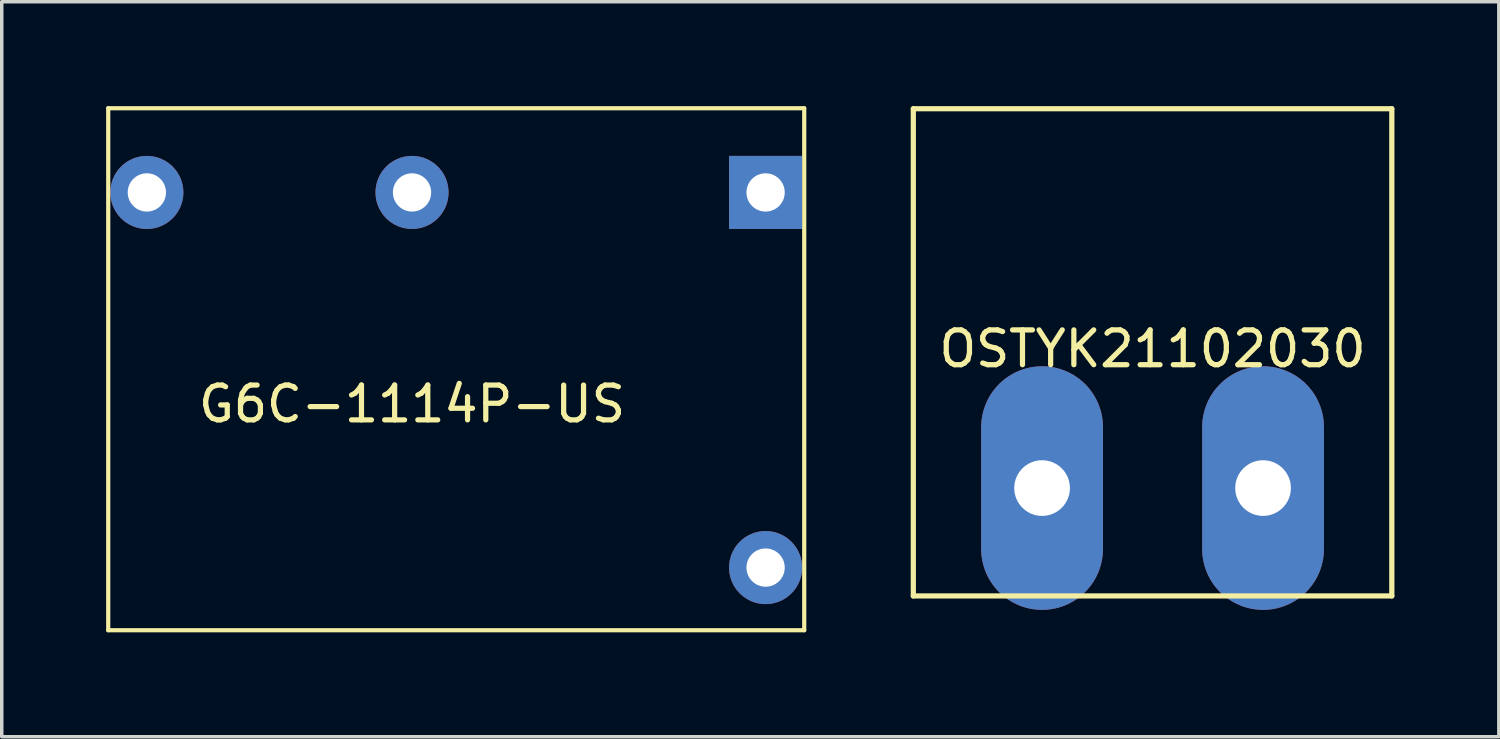
<source format=kicad_pcb>
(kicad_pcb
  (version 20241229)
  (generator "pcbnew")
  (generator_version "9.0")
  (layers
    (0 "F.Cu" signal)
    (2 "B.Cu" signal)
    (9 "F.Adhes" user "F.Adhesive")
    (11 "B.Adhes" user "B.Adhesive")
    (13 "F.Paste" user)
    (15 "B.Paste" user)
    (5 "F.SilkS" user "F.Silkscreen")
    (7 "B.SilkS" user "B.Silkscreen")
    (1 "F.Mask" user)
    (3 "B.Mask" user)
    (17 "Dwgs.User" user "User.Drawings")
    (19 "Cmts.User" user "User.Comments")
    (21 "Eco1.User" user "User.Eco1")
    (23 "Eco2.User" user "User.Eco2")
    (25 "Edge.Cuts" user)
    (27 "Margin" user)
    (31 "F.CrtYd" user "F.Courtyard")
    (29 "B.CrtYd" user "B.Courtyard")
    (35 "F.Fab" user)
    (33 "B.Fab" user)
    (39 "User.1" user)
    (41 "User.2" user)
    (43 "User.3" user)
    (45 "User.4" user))
  (footprint "G6C-1114P-US"
    (layer "F.Cu")
    (at 8.79 7.56)
    (property "Reference" "G6C-1114P-US" (at 0 1 0) (layer "F.SilkS") (effects (font (size 1 1) (thickness 0.15))))
    (attr through_hole)
    (fp_line (start -8.73 -7.5) (end 11.27 -7.5) (stroke (width 0.12) (type solid)) (layer "F.SilkS"))
    (fp_line (start -8.73 7.5) (end -8.73 -7.5) (stroke (width 0.12) (type solid)) (layer "F.SilkS"))
    (fp_line (start 11.27 -7.5) (end 11.27 7.5) (stroke (width 0.12) (type solid)) (layer "F.SilkS"))
    (fp_line (start 11.27 7.5) (end -8.73 7.5) (stroke (width 0.12) (type solid)) (layer "F.SilkS"))
    (pad "1" thru_hole rect (at 10.16 -5.08) (size 2.1 2.1) (drill 1.1) (layers "*.Cu" "*.Mask"))
    (pad "3" thru_hole circle (at 0 -5.08) (size 2.1 2.1) (drill 1.1) (layers "*.Cu" "*.Mask"))
    (pad "4" thru_hole circle (at -7.62 -5.08) (size 2.1 2.1) (drill 1.1) (layers "*.Cu" "*.Mask"))
    (pad "8" thru_hole circle (at 10.16 5.7) (size 2.1 2.1) (drill 1.1) (layers "*.Cu" "*.Mask")))
  (footprint "OSTYK21102030"
    (layer "F.Cu")
    (at 30.07 10.975)
    (property "Reference" "OSTYK21102030" (at 0 -4 0) (layer "F.SilkS") (effects (font (size 1 1) (thickness 0.15))))
    (attr through_hole)
    (fp_line (start -6.875 -10.9) (end -6.875 3.1) (stroke (width 0.15) (type solid)) (layer "F.SilkS"))
    (fp_line (start -6.875 3.1) (end 6.875 3.1) (stroke (width 0.15) (type solid)) (layer "F.SilkS"))
    (fp_line (start 6.875 -10.9) (end -6.875 -10.9) (stroke (width 0.15) (type solid)) (layer "F.SilkS"))
    (fp_line (start 6.875 3.1) (end 6.875 -10.9) (stroke (width 0.15) (type solid)) (layer "F.SilkS"))
    (pad "1" thru_hole oval (at -3.175 0) (size 3.5 7) (drill 1.6) (layers "*.Cu" "*.Mask"))
    (pad "2" thru_hole oval (at 3.175 0) (size 3.5 7) (drill 1.6) (layers "*.Cu" "*.Mask")))
  (gr_rect
    (start -3 -3)
    (end 40.02 18.12)
    (stroke (width 0.1) (type default))
    (fill no)
    (layer "Edge.Cuts")))
</source>
